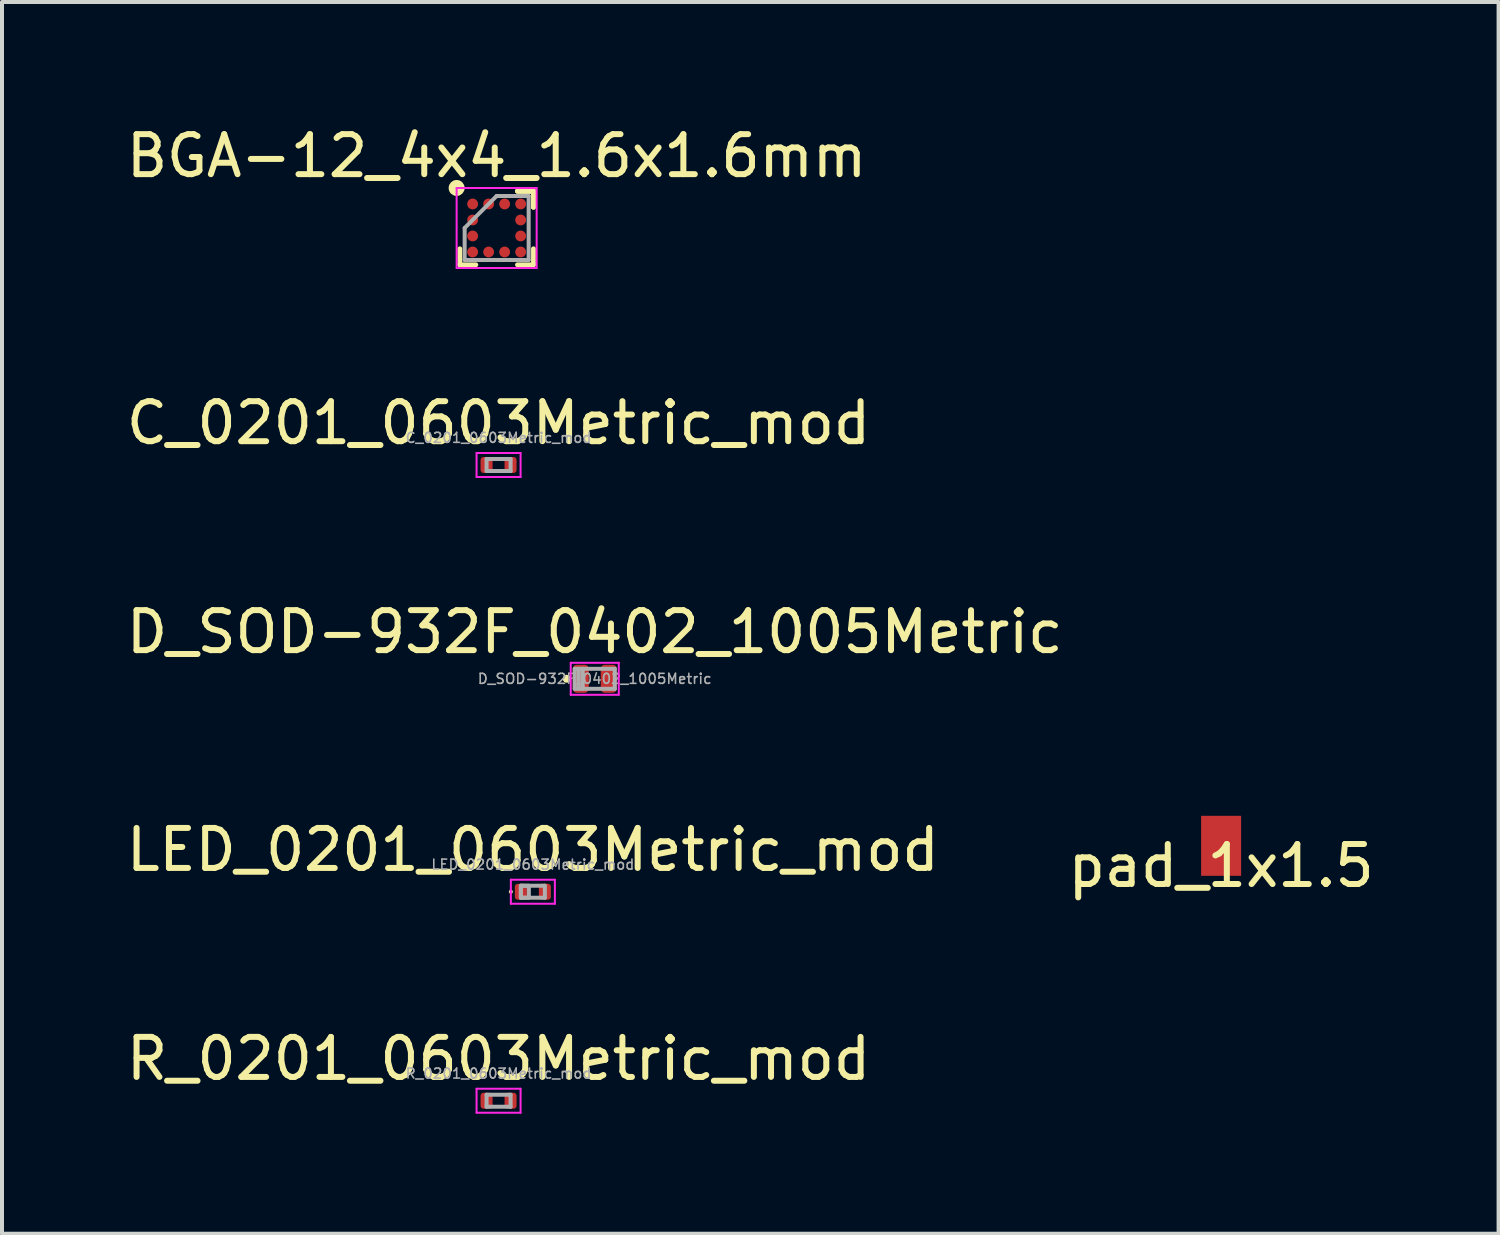
<source format=kicad_pcb>
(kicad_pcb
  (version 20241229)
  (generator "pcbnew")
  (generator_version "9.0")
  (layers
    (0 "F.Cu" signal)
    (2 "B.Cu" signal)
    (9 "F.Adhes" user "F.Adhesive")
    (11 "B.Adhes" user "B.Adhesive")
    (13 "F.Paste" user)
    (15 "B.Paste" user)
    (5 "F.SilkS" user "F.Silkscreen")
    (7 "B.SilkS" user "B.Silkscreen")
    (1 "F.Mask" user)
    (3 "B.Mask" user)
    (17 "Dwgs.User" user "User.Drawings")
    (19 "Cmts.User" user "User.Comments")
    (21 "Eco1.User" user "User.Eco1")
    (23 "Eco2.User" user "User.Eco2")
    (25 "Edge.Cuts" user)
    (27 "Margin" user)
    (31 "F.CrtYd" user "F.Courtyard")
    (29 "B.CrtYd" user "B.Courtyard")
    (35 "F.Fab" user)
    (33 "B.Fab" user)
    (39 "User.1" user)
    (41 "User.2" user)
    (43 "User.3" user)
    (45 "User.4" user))
  (footprint "C_0201_0603Metric_mod"
    (layer "F.Cu")
    (at 9.411 8.572)
    (property "Reference" "C_0201_0603Metric_mod" (at 0 -1.05 0) (layer "F.SilkS") (effects (font (size 1 1) (thickness 0.15))))
    (attr smd)
    (fp_line (start -0.55 -0.3) (end 0.55 -0.3) (stroke (width 0.05) (type solid)) (layer "F.CrtYd"))
    (fp_line (start -0.55 0.3) (end -0.55 -0.3) (stroke (width 0.05) (type solid)) (layer "F.CrtYd"))
    (fp_line (start 0.55 -0.3) (end 0.55 0.3) (stroke (width 0.05) (type solid)) (layer "F.CrtYd"))
    (fp_line (start 0.55 0.3) (end -0.55 0.3) (stroke (width 0.05) (type solid)) (layer "F.CrtYd"))
    (fp_line (start -0.3 -0.15) (end 0.3 -0.15) (stroke (width 0.1) (type solid)) (layer "F.Fab"))
    (fp_line (start -0.3 0.15) (end -0.3 -0.15) (stroke (width 0.1) (type solid)) (layer "F.Fab"))
    (fp_line (start 0.3 -0.15) (end 0.3 0.15) (stroke (width 0.1) (type solid)) (layer "F.Fab"))
    (fp_line (start 0.3 0.15) (end -0.3 0.15) (stroke (width 0.1) (type solid)) (layer "F.Fab"))
    (fp_text user "${REFERENCE}" (at 0 -0.68 0) (layer "F.Fab") (effects (font (size 0.25 0.25) (thickness 0.04))))
    (pad "1" smd roundrect (at -0.3 0) (size 0.3 0.4) (layers "F.Cu" "F.Mask" "F.Paste") (roundrect_rratio 0.25))
    (pad "2" smd roundrect (at 0.3 0) (size 0.3 0.4) (layers "F.Cu" "F.Mask" "F.Paste") (roundrect_rratio 0.25)))
  (footprint "R_0201_0603Metric_mod"
    (layer "F.Cu")
    (at 9.411 24.461)
    (property "Reference" "R_0201_0603Metric_mod" (at 0 -1.05 0) (layer "F.SilkS") (effects (font (size 1 1) (thickness 0.15))))
    (attr smd)
    (fp_line (start -0.55 -0.3) (end 0.55 -0.3) (stroke (width 0.05) (type solid)) (layer "F.CrtYd"))
    (fp_line (start -0.55 0.3) (end -0.55 -0.3) (stroke (width 0.05) (type solid)) (layer "F.CrtYd"))
    (fp_line (start 0.55 -0.3) (end 0.55 0.3) (stroke (width 0.05) (type solid)) (layer "F.CrtYd"))
    (fp_line (start 0.55 0.3) (end -0.55 0.3) (stroke (width 0.05) (type solid)) (layer "F.CrtYd"))
    (fp_line (start -0.3 -0.15) (end 0.3 -0.15) (stroke (width 0.1) (type solid)) (layer "F.Fab"))
    (fp_line (start -0.3 0.15) (end -0.3 -0.15) (stroke (width 0.1) (type solid)) (layer "F.Fab"))
    (fp_line (start 0.3 -0.15) (end 0.3 0.15) (stroke (width 0.1) (type solid)) (layer "F.Fab"))
    (fp_line (start 0.3 0.15) (end -0.3 0.15) (stroke (width 0.1) (type solid)) (layer "F.Fab"))
    (fp_text user "${REFERENCE}" (at 0 -0.68 0) (layer "F.Fab") (effects (font (size 0.25 0.25) (thickness 0.04))))
    (pad "1" smd roundrect (at -0.3 0) (size 0.3 0.4) (layers "F.Cu" "F.Mask" "F.Paste") (roundrect_rratio 0.25))
    (pad "2" smd roundrect (at 0.3 0) (size 0.3 0.4) (layers "F.Cu" "F.Mask" "F.Paste") (roundrect_rratio 0.25)))
  (footprint "BGA-12_4x4_1.6x1.6mm"
    (layer "F.Cu")
    (at 9.363 2.648)
    (property "Reference" "BGA-12_4x4_1.6x1.6mm" (at 0 -1.8 0) (layer "F.SilkS") (effects (font (size 1 1) (thickness 0.15))))
    (attr through_hole)
    (fp_line (start -0.92 0.92) (end -0.92 0.52) (stroke (width 0.12) (type solid)) (layer "F.SilkS"))
    (fp_line (start -0.52 0.92) (end -0.92 0.92) (stroke (width 0.12) (type solid)) (layer "F.SilkS"))
    (fp_line (start 0.52 -0.92) (end 0.92 -0.92) (stroke (width 0.12) (type solid)) (layer "F.SilkS"))
    (fp_line (start 0.52 -0.92) (end 0.92 -0.92) (stroke (width 0.12) (type solid)) (layer "F.SilkS"))
    (fp_line (start 0.52 -0.92) (end 0.92 -0.92) (stroke (width 0.12) (type solid)) (layer "F.SilkS"))
    (fp_line (start 0.52 0.92) (end 0.92 0.92) (stroke (width 0.12) (type solid)) (layer "F.SilkS"))
    (fp_line (start 0.92 -0.92) (end 0.92 -0.52) (stroke (width 0.12) (type solid)) (layer "F.SilkS"))
    (fp_line (start 0.92 -0.92) (end 0.92 -0.52) (stroke (width 0.12) (type solid)) (layer "F.SilkS"))
    (fp_line (start 0.92 -0.92) (end 0.92 -0.52) (stroke (width 0.12) (type solid)) (layer "F.SilkS"))
    (fp_line (start 0.92 0.92) (end 0.92 0.52) (stroke (width 0.12) (type solid)) (layer "F.SilkS"))
    (fp_circle (center -1 -1) (end -1 -0.9) (stroke (width 0.2) (type solid)) (fill no) (layer "F.SilkS"))
    (fp_line (start -1 -1) (end 1 -1) (stroke (width 0.05) (type solid)) (layer "F.CrtYd"))
    (fp_line (start -1 1) (end -1 -1) (stroke (width 0.05) (type solid)) (layer "F.CrtYd"))
    (fp_line (start 1 -1) (end 1 1) (stroke (width 0.05) (type solid)) (layer "F.CrtYd"))
    (fp_line (start 1 1) (end -1 1) (stroke (width 0.05) (type solid)) (layer "F.CrtYd"))
    (fp_line (start -0.8 0) (end -0.8 0.8) (stroke (width 0.1) (type solid)) (layer "F.Fab"))
    (fp_line (start -0.8 0.8) (end 0.8 0.8) (stroke (width 0.1) (type solid)) (layer "F.Fab"))
    (fp_line (start 0 -0.8) (end -0.8 0) (stroke (width 0.1) (type solid)) (layer "F.Fab"))
    (fp_line (start 0.8 -0.8) (end 0 -0.8) (stroke (width 0.1) (type solid)) (layer "F.Fab"))
    (fp_line (start 0.8 0.8) (end 0.8 -0.8) (stroke (width 0.1) (type solid)) (layer "F.Fab"))
    (pad "1" smd circle (at -0.6 -0.6) (size 0.27 0.27) (layers "F.Cu" "F.Mask" "F.Paste"))
    (pad "2" smd circle (at -0.2 -0.6) (size 0.27 0.27) (layers "F.Cu" "F.Mask" "F.Paste"))
    (pad "3" smd circle (at 0.2 -0.6) (size 0.27 0.27) (layers "F.Cu" "F.Mask" "F.Paste"))
    (pad "4" smd circle (at 0.6 -0.6) (size 0.27 0.27) (layers "F.Cu" "F.Mask" "F.Paste"))
    (pad "5" smd circle (at 0.6 -0.2) (size 0.27 0.27) (layers "F.Cu" "F.Mask" "F.Paste"))
    (pad "6" smd circle (at 0.6 0.2) (size 0.27 0.27) (layers "F.Cu" "F.Mask" "F.Paste"))
    (pad "7" smd circle (at 0.6 0.6) (size 0.27 0.27) (layers "F.Cu" "F.Mask" "F.Paste"))
    (pad "8" smd circle (at 0.2 0.6) (size 0.27 0.27) (layers "F.Cu" "F.Mask" "F.Paste"))
    (pad "9" smd circle (at -0.2 0.6) (size 0.27 0.27) (layers "F.Cu" "F.Mask" "F.Paste"))
    (pad "10" smd circle (at -0.6 0.6) (size 0.27 0.27) (layers "F.Cu" "F.Mask" "F.Paste"))
    (pad "11" smd circle (at -0.6 0.2) (size 0.27 0.27) (layers "F.Cu" "F.Mask" "F.Paste"))
    (pad "12" smd circle (at -0.6 -0.2) (size 0.27 0.27) (layers "F.Cu" "F.Mask" "F.Paste")))
  (footprint "pad_1x1.5"
    (layer "F.Cu")
    (at 27.47 18.09)
    (property "Reference" "pad_1x1.5" (at 0 0.5 0) (layer "F.SilkS") (effects (font (size 1 1) (thickness 0.15))))
    (attr through_hole)
    (pad "1" smd rect (at 0 0) (size 1 1.5) (layers "F.Cu" "F.Mask")))
  (footprint "D_SOD-932F_0402_1005Metric"
    (layer "F.Cu")
    (at 11.815 13.915)
    (property "Reference" "D_SOD-932F_0402_1005Metric" (at 0 -1.17 0) (layer "F.SilkS") (effects (font (size 1 1) (thickness 0.15))))
    (attr smd)
    (fp_circle (center -0.7 0) (end -0.65 0) (stroke (width 0.1) (type solid)) (fill no) (layer "F.SilkS"))
    (fp_line (start -0.6 -0.4) (end 0.6 -0.4) (stroke (width 0.05) (type solid)) (layer "F.CrtYd"))
    (fp_line (start -0.6 0.4) (end -0.6 -0.4) (stroke (width 0.05) (type solid)) (layer "F.CrtYd"))
    (fp_line (start 0.6 -0.4) (end 0.6 0.4) (stroke (width 0.05) (type solid)) (layer "F.CrtYd"))
    (fp_line (start 0.6 0.4) (end -0.6 0.4) (stroke (width 0.05) (type solid)) (layer "F.CrtYd"))
    (fp_line (start -0.5 -0.25) (end 0.5 -0.25) (stroke (width 0.1) (type solid)) (layer "F.Fab"))
    (fp_line (start -0.5 0.25) (end -0.5 -0.25) (stroke (width 0.1) (type solid)) (layer "F.Fab"))
    (fp_line (start -0.4 0.25) (end -0.4 -0.25) (stroke (width 0.1) (type solid)) (layer "F.Fab"))
    (fp_line (start -0.3 0.25) (end -0.3 -0.25) (stroke (width 0.1) (type solid)) (layer "F.Fab"))
    (fp_line (start 0.5 -0.25) (end 0.5 0.25) (stroke (width 0.1) (type solid)) (layer "F.Fab"))
    (fp_line (start 0.5 0.25) (end -0.5 0.25) (stroke (width 0.1) (type solid)) (layer "F.Fab"))
    (fp_text user "${REFERENCE}" (at 0 0 0) (layer "F.Fab") (effects (font (size 0.25 0.25) (thickness 0.04))))
    (pad "1" smd roundrect (at -0.35 0) (size 0.4 0.7) (layers "F.Cu" "F.Mask" "F.Paste") (roundrect_rratio 0.25))
    (pad "2" smd roundrect (at 0.35 0) (size 0.4 0.7) (layers "F.Cu" "F.Mask" "F.Paste") (roundrect_rratio 0.25)))
  (footprint "LED_0201_0603Metric_mod"
    (layer "F.Cu")
    (at 10.268 19.238)
    (property "Reference" "LED_0201_0603Metric_mod" (at 0 -1.05 0) (layer "F.SilkS") (effects (font (size 1 1) (thickness 0.15))))
    (attr smd)
    (fp_circle (center -0.55 0) (end -0.5 0) (stroke (width 0) (type solid)) (fill yes) (layer "F.SilkS"))
    (fp_line (start -0.55 -0.3) (end 0.55 -0.3) (stroke (width 0.05) (type solid)) (layer "F.CrtYd"))
    (fp_line (start -0.55 0.3) (end -0.55 -0.3) (stroke (width 0.05) (type solid)) (layer "F.CrtYd"))
    (fp_line (start 0.55 -0.3) (end 0.55 0.3) (stroke (width 0.05) (type solid)) (layer "F.CrtYd"))
    (fp_line (start 0.55 0.3) (end -0.55 0.3) (stroke (width 0.05) (type solid)) (layer "F.CrtYd"))
    (fp_line (start -0.3 -0.15) (end 0.3 -0.15) (stroke (width 0.1) (type solid)) (layer "F.Fab"))
    (fp_line (start -0.3 0.15) (end -0.3 -0.15) (stroke (width 0.1) (type solid)) (layer "F.Fab"))
    (fp_line (start 0.3 -0.15) (end 0.3 0.15) (stroke (width 0.1) (type solid)) (layer "F.Fab"))
    (fp_line (start 0.3 0.15) (end -0.3 0.15) (stroke (width 0.1) (type solid)) (layer "F.Fab"))
    (fp_rect (start -0.3 -0.15) (end -0.1 0.15) (stroke (width 0.1) (type solid)) (fill no) (layer "F.Fab"))
    (fp_text user "${REFERENCE}" (at 0 -0.68 0) (layer "F.Fab") (effects (font (size 0.25 0.25) (thickness 0.04))))
    (pad "1" smd roundrect (at -0.3 0) (size 0.3 0.4) (layers "F.Cu" "F.Mask" "F.Paste") (roundrect_rratio 0.25))
    (pad "2" smd roundrect (at 0.3 0) (size 0.3 0.4) (layers "F.Cu" "F.Mask" "F.Paste") (roundrect_rratio 0.25)))
  (gr_rect
    (start -3 -3)
    (end 34.405 27.786)
    (stroke (width 0.1) (type default))
    (fill no)
    (layer "Edge.Cuts")))
</source>
